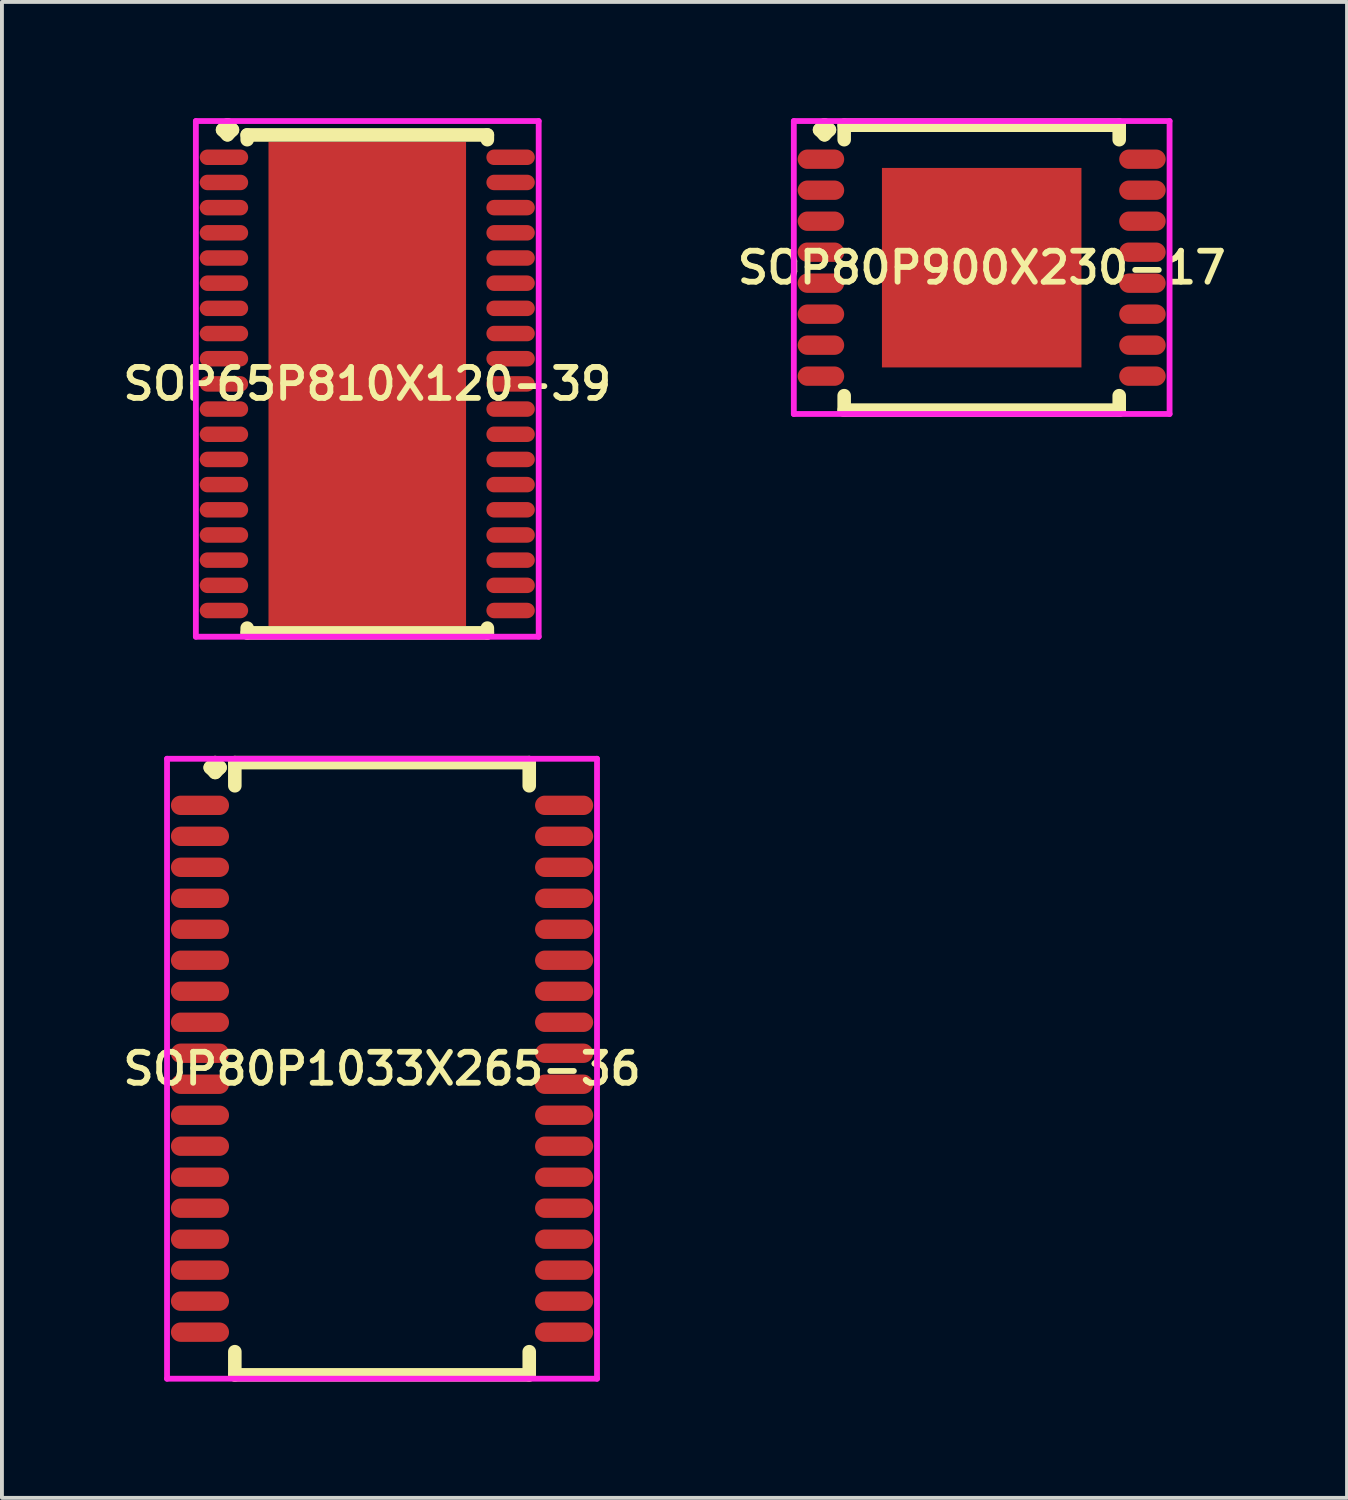
<source format=kicad_pcb>
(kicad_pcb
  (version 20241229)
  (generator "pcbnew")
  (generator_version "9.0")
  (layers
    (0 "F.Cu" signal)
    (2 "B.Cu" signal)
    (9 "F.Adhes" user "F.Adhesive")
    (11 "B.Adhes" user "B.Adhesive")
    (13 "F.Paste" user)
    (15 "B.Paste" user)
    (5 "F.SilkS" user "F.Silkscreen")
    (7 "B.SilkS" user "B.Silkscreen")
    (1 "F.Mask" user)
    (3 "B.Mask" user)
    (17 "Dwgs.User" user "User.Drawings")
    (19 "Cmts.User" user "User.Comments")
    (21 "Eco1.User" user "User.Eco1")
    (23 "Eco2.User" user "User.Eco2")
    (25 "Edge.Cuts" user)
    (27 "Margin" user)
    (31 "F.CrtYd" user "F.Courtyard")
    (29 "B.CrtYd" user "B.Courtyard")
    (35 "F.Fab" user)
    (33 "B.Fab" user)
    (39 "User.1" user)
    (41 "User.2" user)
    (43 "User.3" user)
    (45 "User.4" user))
  (footprint "SOP80P900X230-17"
    (layer "F.Cu")
    (at 22.292 3.86)
    (property "Reference" "SOP80P900X230-17" (at 0 0 0) (layer "F.SilkS") (effects (font (size 0.8 0.8) (thickness 0.15))))
    (attr smd)
    (fp_line (start -4.185 -3.558) (end -4.058 -3.685) (stroke (width 0.35) (type solid)) (layer "F.SilkS"))
    (fp_line (start -4.058 -3.685) (end -3.931 -3.558) (stroke (width 0.35) (type solid)) (layer "F.SilkS"))
    (fp_line (start -4.058 -3.431) (end -4.185 -3.558) (stroke (width 0.35) (type solid)) (layer "F.SilkS"))
    (fp_line (start -3.931 -3.558) (end -4.058 -3.431) (stroke (width 0.35) (type solid)) (layer "F.SilkS"))
    (fp_line (start -3.55 -3.677) (end 3.55 -3.677) (stroke (width 0.35) (type solid)) (layer "F.SilkS"))
    (fp_line (start -3.55 -3.304) (end -3.55 -3.677) (stroke (width 0.35) (type solid)) (layer "F.SilkS"))
    (fp_line (start -3.55 3.304) (end -3.55 3.677) (stroke (width 0.35) (type solid)) (layer "F.SilkS"))
    (fp_line (start -3.55 3.677) (end 3.55 3.677) (stroke (width 0.35) (type solid)) (layer "F.SilkS"))
    (fp_line (start 3.55 -3.677) (end 3.55 -3.304) (stroke (width 0.35) (type solid)) (layer "F.SilkS"))
    (fp_line (start 3.55 3.677) (end 3.55 3.304) (stroke (width 0.35) (type solid)) (layer "F.SilkS"))
    (fp_line (start -4.85 -3.785) (end 4.85 -3.785) (stroke (width 0.15) (type solid)) (layer "F.CrtYd"))
    (fp_line (start -4.85 3.777) (end -4.85 -3.785) (stroke (width 0.15) (type solid)) (layer "F.CrtYd"))
    (fp_line (start 4.85 -3.785) (end 4.85 3.777) (stroke (width 0.15) (type solid)) (layer "F.CrtYd"))
    (fp_line (start 4.85 3.777) (end -4.85 3.777) (stroke (width 0.15) (type solid)) (layer "F.CrtYd"))
    (pad "1" smd oval (at -4.15 -2.8) (size 1.2 0.5) (layers "F.Cu" "F.Mask" "F.Paste"))
    (pad "2" smd oval (at -4.15 -2) (size 1.2 0.5) (layers "F.Cu" "F.Mask" "F.Paste"))
    (pad "3" smd oval (at -4.15 -1.2) (size 1.2 0.5) (layers "F.Cu" "F.Mask" "F.Paste"))
    (pad "4" smd oval (at -4.15 -0.4) (size 1.2 0.5) (layers "F.Cu" "F.Mask" "F.Paste"))
    (pad "5" smd oval (at -4.15 0.4) (size 1.2 0.5) (layers "F.Cu" "F.Mask" "F.Paste"))
    (pad "6" smd oval (at -4.15 1.2) (size 1.2 0.5) (layers "F.Cu" "F.Mask" "F.Paste"))
    (pad "7" smd oval (at -4.15 2) (size 1.2 0.5) (layers "F.Cu" "F.Mask" "F.Paste"))
    (pad "8" smd oval (at -4.15 2.8) (size 1.2 0.5) (layers "F.Cu" "F.Mask" "F.Paste"))
    (pad "9" smd oval (at 4.15 2.8) (size 1.2 0.5) (layers "F.Cu" "F.Mask" "F.Paste"))
    (pad "10" smd oval (at 4.15 2) (size 1.2 0.5) (layers "F.Cu" "F.Mask" "F.Paste"))
    (pad "11" smd oval (at 4.15 1.2) (size 1.2 0.5) (layers "F.Cu" "F.Mask" "F.Paste"))
    (pad "12" smd oval (at 4.15 0.4) (size 1.2 0.5) (layers "F.Cu" "F.Mask" "F.Paste"))
    (pad "13" smd oval (at 4.15 -0.4) (size 1.2 0.5) (layers "F.Cu" "F.Mask" "F.Paste"))
    (pad "14" smd oval (at 4.15 -1.2) (size 1.2 0.5) (layers "F.Cu" "F.Mask" "F.Paste"))
    (pad "15" smd oval (at 4.15 -2) (size 1.2 0.5) (layers "F.Cu" "F.Mask" "F.Paste"))
    (pad "16" smd oval (at 4.15 -2.8) (size 1.2 0.5) (layers "F.Cu" "F.Mask" "F.Paste"))
    (pad "17" smd rect (at 0 0) (size 5.15 5.15) (layers "F.Cu" "F.Mask" "F.Paste")))
  (footprint "SOP80P1033X265-36"
    (layer "F.Cu")
    (at 6.812 24.539)
    (property "Reference" "SOP80P1033X265-36" (at 0 0 0) (layer "F.SilkS") (effects (font (size 0.8 0.8) (thickness 0.15))))
    (attr smd)
    (fp_line (start -4.435 -7.775) (end -4.308 -7.902) (stroke (width 0.35) (type solid)) (layer "F.SilkS"))
    (fp_line (start -4.308 -7.902) (end -4.181 -7.775) (stroke (width 0.35) (type solid)) (layer "F.SilkS"))
    (fp_line (start -4.308 -7.648) (end -4.435 -7.775) (stroke (width 0.35) (type solid)) (layer "F.SilkS"))
    (fp_line (start -4.181 -7.775) (end -4.308 -7.648) (stroke (width 0.35) (type solid)) (layer "F.SilkS"))
    (fp_line (start -3.8 -7.902) (end 3.8 -7.902) (stroke (width 0.35) (type solid)) (layer "F.SilkS"))
    (fp_line (start -3.8 -7.304) (end -3.8 -7.902) (stroke (width 0.35) (type solid)) (layer "F.SilkS"))
    (fp_line (start -3.8 7.304) (end -3.8 7.902) (stroke (width 0.35) (type solid)) (layer "F.SilkS"))
    (fp_line (start -3.8 7.902) (end 3.8 7.902) (stroke (width 0.35) (type solid)) (layer "F.SilkS"))
    (fp_line (start 3.8 -7.902) (end 3.8 -7.304) (stroke (width 0.35) (type solid)) (layer "F.SilkS"))
    (fp_line (start 3.8 7.902) (end 3.8 7.304) (stroke (width 0.35) (type solid)) (layer "F.SilkS"))
    (fp_line (start -5.55 -8.002) (end 5.55 -8.002) (stroke (width 0.15) (type solid)) (layer "F.CrtYd"))
    (fp_line (start -5.55 8.002) (end -5.55 -8.002) (stroke (width 0.15) (type solid)) (layer "F.CrtYd"))
    (fp_line (start 5.55 -8.002) (end 5.55 8.002) (stroke (width 0.15) (type solid)) (layer "F.CrtYd"))
    (fp_line (start 5.55 8.002) (end -5.55 8.002) (stroke (width 0.15) (type solid)) (layer "F.CrtYd"))
    (pad "1" smd oval (at -4.7 -6.8) (size 1.5 0.5) (layers "F.Cu" "F.Mask" "F.Paste"))
    (pad "2" smd oval (at -4.7 -6) (size 1.5 0.5) (layers "F.Cu" "F.Mask" "F.Paste"))
    (pad "3" smd oval (at -4.7 -5.2) (size 1.5 0.5) (layers "F.Cu" "F.Mask" "F.Paste"))
    (pad "4" smd oval (at -4.7 -4.4) (size 1.5 0.5) (layers "F.Cu" "F.Mask" "F.Paste"))
    (pad "5" smd oval (at -4.7 -3.6) (size 1.5 0.5) (layers "F.Cu" "F.Mask" "F.Paste"))
    (pad "6" smd oval (at -4.7 -2.8) (size 1.5 0.5) (layers "F.Cu" "F.Mask" "F.Paste"))
    (pad "7" smd oval (at -4.7 -2) (size 1.5 0.5) (layers "F.Cu" "F.Mask" "F.Paste"))
    (pad "8" smd oval (at -4.7 -1.2) (size 1.5 0.5) (layers "F.Cu" "F.Mask" "F.Paste"))
    (pad "9" smd oval (at -4.7 -0.4) (size 1.5 0.5) (layers "F.Cu" "F.Mask" "F.Paste"))
    (pad "10" smd oval (at -4.7 0.4) (size 1.5 0.5) (layers "F.Cu" "F.Mask" "F.Paste"))
    (pad "11" smd oval (at -4.7 1.2) (size 1.5 0.5) (layers "F.Cu" "F.Mask" "F.Paste"))
    (pad "12" smd oval (at -4.7 2) (size 1.5 0.5) (layers "F.Cu" "F.Mask" "F.Paste"))
    (pad "13" smd oval (at -4.7 2.8) (size 1.5 0.5) (layers "F.Cu" "F.Mask" "F.Paste"))
    (pad "14" smd oval (at -4.7 3.6) (size 1.5 0.5) (layers "F.Cu" "F.Mask" "F.Paste"))
    (pad "15" smd oval (at -4.7 4.4) (size 1.5 0.5) (layers "F.Cu" "F.Mask" "F.Paste"))
    (pad "16" smd oval (at -4.7 5.2) (size 1.5 0.5) (layers "F.Cu" "F.Mask" "F.Paste"))
    (pad "17" smd oval (at -4.7 6) (size 1.5 0.5) (layers "F.Cu" "F.Mask" "F.Paste"))
    (pad "18" smd oval (at -4.7 6.8) (size 1.5 0.5) (layers "F.Cu" "F.Mask" "F.Paste"))
    (pad "19" smd oval (at 4.7 6.8) (size 1.5 0.5) (layers "F.Cu" "F.Mask" "F.Paste"))
    (pad "20" smd oval (at 4.7 6) (size 1.5 0.5) (layers "F.Cu" "F.Mask" "F.Paste"))
    (pad "21" smd oval (at 4.7 5.2) (size 1.5 0.5) (layers "F.Cu" "F.Mask" "F.Paste"))
    (pad "22" smd oval (at 4.7 4.4) (size 1.5 0.5) (layers "F.Cu" "F.Mask" "F.Paste"))
    (pad "23" smd oval (at 4.7 3.6) (size 1.5 0.5) (layers "F.Cu" "F.Mask" "F.Paste"))
    (pad "24" smd oval (at 4.7 2.8) (size 1.5 0.5) (layers "F.Cu" "F.Mask" "F.Paste"))
    (pad "25" smd oval (at 4.7 2) (size 1.5 0.5) (layers "F.Cu" "F.Mask" "F.Paste"))
    (pad "26" smd oval (at 4.7 1.2) (size 1.5 0.5) (layers "F.Cu" "F.Mask" "F.Paste"))
    (pad "27" smd oval (at 4.7 0.4) (size 1.5 0.5) (layers "F.Cu" "F.Mask" "F.Paste"))
    (pad "28" smd oval (at 4.7 -0.4) (size 1.5 0.5) (layers "F.Cu" "F.Mask" "F.Paste"))
    (pad "29" smd oval (at 4.7 -1.2) (size 1.5 0.5) (layers "F.Cu" "F.Mask" "F.Paste"))
    (pad "30" smd oval (at 4.7 -2) (size 1.5 0.5) (layers "F.Cu" "F.Mask" "F.Paste"))
    (pad "31" smd oval (at 4.7 -2.8) (size 1.5 0.5) (layers "F.Cu" "F.Mask" "F.Paste"))
    (pad "32" smd oval (at 4.7 -3.6) (size 1.5 0.5) (layers "F.Cu" "F.Mask" "F.Paste"))
    (pad "33" smd oval (at 4.7 -4.4) (size 1.5 0.5) (layers "F.Cu" "F.Mask" "F.Paste"))
    (pad "34" smd oval (at 4.7 -5.2) (size 1.5 0.5) (layers "F.Cu" "F.Mask" "F.Paste"))
    (pad "35" smd oval (at 4.7 -6) (size 1.5 0.5) (layers "F.Cu" "F.Mask" "F.Paste"))
    (pad "36" smd oval (at 4.7 -6.8) (size 1.5 0.5) (layers "F.Cu" "F.Mask" "F.Paste")))
  (footprint "SOP65P810X120-39"
    (layer "F.Cu")
    (at 6.431 6.86)
    (property "Reference" "SOP65P810X120-39" (at 0 0 0) (layer "F.SilkS") (effects (font (size 0.8 0.8) (thickness 0.15))))
    (attr smd)
    (fp_line (start -3.735 -6.558) (end -3.608 -6.685) (stroke (width 0.35) (type solid)) (layer "F.SilkS"))
    (fp_line (start -3.608 -6.685) (end -3.481 -6.558) (stroke (width 0.35) (type solid)) (layer "F.SilkS"))
    (fp_line (start -3.608 -6.431) (end -3.735 -6.558) (stroke (width 0.35) (type solid)) (layer "F.SilkS"))
    (fp_line (start -3.481 -6.558) (end -3.608 -6.431) (stroke (width 0.35) (type solid)) (layer "F.SilkS"))
    (fp_line (start -3.1 -6.427) (end 3.1 -6.427) (stroke (width 0.35) (type solid)) (layer "F.SilkS"))
    (fp_line (start -3.1 -6.304) (end -3.1 -6.427) (stroke (width 0.35) (type solid)) (layer "F.SilkS"))
    (fp_line (start -3.1 6.304) (end -3.1 6.427) (stroke (width 0.35) (type solid)) (layer "F.SilkS"))
    (fp_line (start -3.1 6.427) (end 3.1 6.427) (stroke (width 0.35) (type solid)) (layer "F.SilkS"))
    (fp_line (start 3.1 -6.427) (end 3.1 -6.304) (stroke (width 0.35) (type solid)) (layer "F.SilkS"))
    (fp_line (start 3.1 6.427) (end 3.1 6.304) (stroke (width 0.35) (type solid)) (layer "F.SilkS"))
    (fp_line (start -4.425 -6.785) (end 4.425 -6.785) (stroke (width 0.15) (type solid)) (layer "F.CrtYd"))
    (fp_line (start -4.425 6.527) (end -4.425 -6.785) (stroke (width 0.15) (type solid)) (layer "F.CrtYd"))
    (fp_line (start 4.425 -6.785) (end 4.425 6.527) (stroke (width 0.15) (type solid)) (layer "F.CrtYd"))
    (fp_line (start 4.425 6.527) (end -4.425 6.527) (stroke (width 0.15) (type solid)) (layer "F.CrtYd"))
    (pad "1" smd oval (at -3.7 -5.85) (size 1.25 0.4) (layers "F.Cu" "F.Mask" "F.Paste"))
    (pad "2" smd oval (at -3.7 -5.2) (size 1.25 0.4) (layers "F.Cu" "F.Mask" "F.Paste"))
    (pad "3" smd oval (at -3.7 -4.55) (size 1.25 0.4) (layers "F.Cu" "F.Mask" "F.Paste"))
    (pad "4" smd oval (at -3.7 -3.9) (size 1.25 0.4) (layers "F.Cu" "F.Mask" "F.Paste"))
    (pad "5" smd oval (at -3.7 -3.25) (size 1.25 0.4) (layers "F.Cu" "F.Mask" "F.Paste"))
    (pad "6" smd oval (at -3.7 -2.6) (size 1.25 0.4) (layers "F.Cu" "F.Mask" "F.Paste"))
    (pad "7" smd oval (at -3.7 -1.95) (size 1.25 0.4) (layers "F.Cu" "F.Mask" "F.Paste"))
    (pad "8" smd oval (at -3.7 -1.3) (size 1.25 0.4) (layers "F.Cu" "F.Mask" "F.Paste"))
    (pad "9" smd oval (at -3.7 -0.65) (size 1.25 0.4) (layers "F.Cu" "F.Mask" "F.Paste"))
    (pad "10" smd oval (at -3.7 0) (size 1.25 0.4) (layers "F.Cu" "F.Mask" "F.Paste"))
    (pad "11" smd oval (at -3.7 0.65) (size 1.25 0.4) (layers "F.Cu" "F.Mask" "F.Paste"))
    (pad "12" smd oval (at -3.7 1.3) (size 1.25 0.4) (layers "F.Cu" "F.Mask" "F.Paste"))
    (pad "13" smd oval (at -3.7 1.95) (size 1.25 0.4) (layers "F.Cu" "F.Mask" "F.Paste"))
    (pad "14" smd oval (at -3.7 2.6) (size 1.25 0.4) (layers "F.Cu" "F.Mask" "F.Paste"))
    (pad "15" smd oval (at -3.7 3.25) (size 1.25 0.4) (layers "F.Cu" "F.Mask" "F.Paste"))
    (pad "16" smd oval (at -3.7 3.9) (size 1.25 0.4) (layers "F.Cu" "F.Mask" "F.Paste"))
    (pad "17" smd oval (at -3.7 4.55) (size 1.25 0.4) (layers "F.Cu" "F.Mask" "F.Paste"))
    (pad "18" smd oval (at -3.7 5.2) (size 1.25 0.4) (layers "F.Cu" "F.Mask" "F.Paste"))
    (pad "19" smd oval (at -3.7 5.85) (size 1.25 0.4) (layers "F.Cu" "F.Mask" "F.Paste"))
    (pad "20" smd oval (at 3.7 5.85) (size 1.25 0.4) (layers "F.Cu" "F.Mask" "F.Paste"))
    (pad "21" smd oval (at 3.7 5.2) (size 1.25 0.4) (layers "F.Cu" "F.Mask" "F.Paste"))
    (pad "22" smd oval (at 3.7 4.55) (size 1.25 0.4) (layers "F.Cu" "F.Mask" "F.Paste"))
    (pad "23" smd oval (at 3.7 3.9) (size 1.25 0.4) (layers "F.Cu" "F.Mask" "F.Paste"))
    (pad "24" smd oval (at 3.7 3.25) (size 1.25 0.4) (layers "F.Cu" "F.Mask" "F.Paste"))
    (pad "25" smd oval (at 3.7 2.6) (size 1.25 0.4) (layers "F.Cu" "F.Mask" "F.Paste"))
    (pad "26" smd oval (at 3.7 1.95) (size 1.25 0.4) (layers "F.Cu" "F.Mask" "F.Paste"))
    (pad "27" smd oval (at 3.7 1.3) (size 1.25 0.4) (layers "F.Cu" "F.Mask" "F.Paste"))
    (pad "28" smd oval (at 3.7 0.65) (size 1.25 0.4) (layers "F.Cu" "F.Mask" "F.Paste"))
    (pad "29" smd oval (at 3.7 0) (size 1.25 0.4) (layers "F.Cu" "F.Mask" "F.Paste"))
    (pad "30" smd oval (at 3.7 -0.65) (size 1.25 0.4) (layers "F.Cu" "F.Mask" "F.Paste"))
    (pad "31" smd oval (at 3.7 -1.3) (size 1.25 0.4) (layers "F.Cu" "F.Mask" "F.Paste"))
    (pad "32" smd oval (at 3.7 -1.95) (size 1.25 0.4) (layers "F.Cu" "F.Mask" "F.Paste"))
    (pad "33" smd oval (at 3.7 -2.6) (size 1.25 0.4) (layers "F.Cu" "F.Mask" "F.Paste"))
    (pad "34" smd oval (at 3.7 -3.25) (size 1.25 0.4) (layers "F.Cu" "F.Mask" "F.Paste"))
    (pad "35" smd oval (at 3.7 -3.9) (size 1.25 0.4) (layers "F.Cu" "F.Mask" "F.Paste"))
    (pad "36" smd oval (at 3.7 -4.55) (size 1.25 0.4) (layers "F.Cu" "F.Mask" "F.Paste"))
    (pad "37" smd oval (at 3.7 -5.2) (size 1.25 0.4) (layers "F.Cu" "F.Mask" "F.Paste"))
    (pad "38" smd oval (at 3.7 -5.85) (size 1.25 0.4) (layers "F.Cu" "F.Mask" "F.Paste"))
    (pad "39" smd rect (at 0 0) (size 5.1 12.5) (layers "F.Cu" "F.Mask" "F.Paste")))
  (gr_rect
    (start -3 -3)
    (end 31.723 35.616)
    (stroke (width 0.1) (type default))
    (fill no)
    (layer "Edge.Cuts")))
</source>
